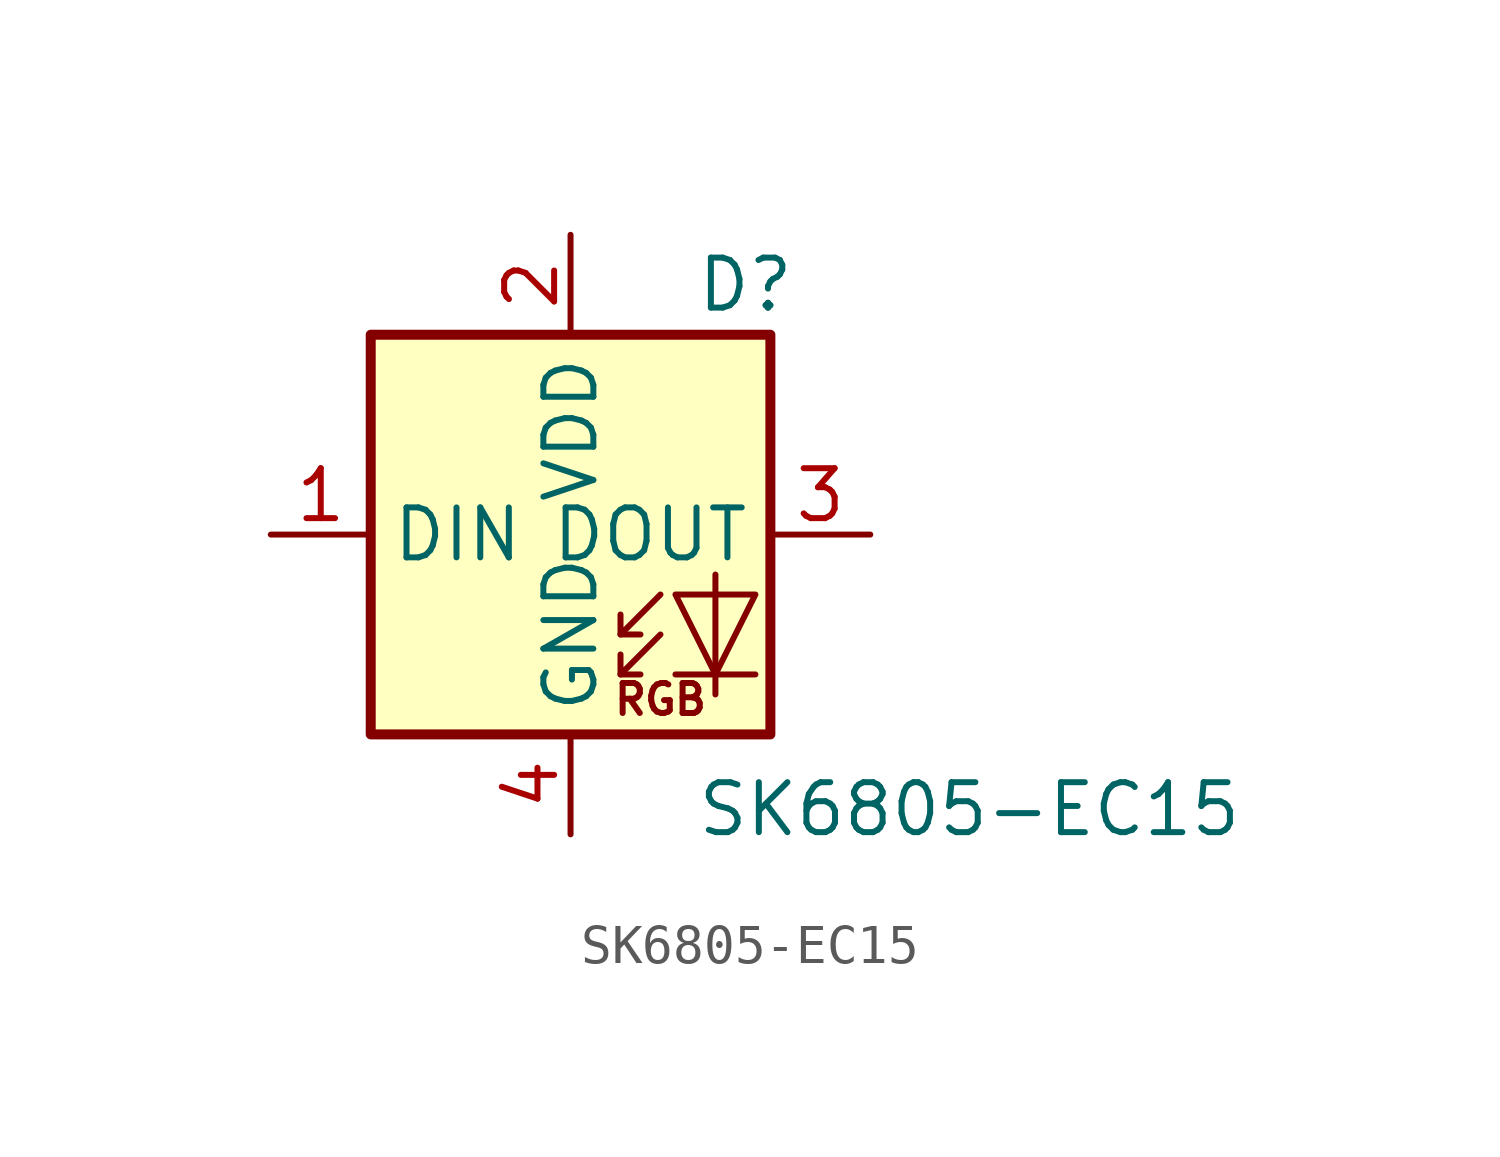
<source format=kicad_sym>
(kicad_symbol_lib
  (version 20220914)
  (generator kicad_symbol_editor)
  (symbol "SK6805-EC15"
    (property "Reference" "D"
      (at 4.445 6.35 0)
      (effects (font (size 1.27 1.27))))
    (property "Value" "SK6805-EC15"
      (at 3.175 -6.985 0)
      (effects (font (size 1.27 1.27)) (justify left)))
    (symbol "SK6805-EC15_0_0"
      (text "RGB" (at 2.286 -4.191 0) (effects (font (size 0.762 0.762)))))
    (symbol "SK6805-EC15_0_1"
      (polyline (pts (xy 1.27 -3.556) (xy 1.778 -3.556)) (stroke (width 0) (type default)) (fill (type none)))
      (polyline (pts (xy 1.27 -2.54) (xy 1.778 -2.54)) (stroke (width 0) (type default)) (fill (type none)))
      (polyline (pts (xy 4.699 -3.556) (xy 2.667 -3.556)) (stroke (width 0) (type default)) (fill (type none)))
      (polyline (pts (xy 2.286 -2.54) (xy 1.27 -3.556) (xy 1.27 -3.048)) (stroke (width 0) (type default)) (fill (type none)))
      (polyline (pts (xy 2.286 -1.524) (xy 1.27 -2.54) (xy 1.27 -2.032)) (stroke (width 0) (type default)) (fill (type none)))
      (polyline (pts (xy 3.683 -1.016) (xy 3.683 -3.556) (xy 3.683 -4.064)) (stroke (width 0) (type default)) (fill (type none)))
      (polyline (pts (xy 4.699 -1.524) (xy 2.667 -1.524) (xy 3.683 -3.556) (xy 4.699 -1.524)) (stroke (width 0) (type default)) (fill (type none)))
      (rectangle (start 5.08 5.08) (end -5.08 -5.08) (stroke (width 0.254) (type default)) (fill (type background))))
    (symbol "SK6805-EC15_1_1"
      (pin input line (at -7.62 0 0) (length 2.54) (name "DIN" (effects (font (size 1.27 1.27)))) (number "1" (effects (font (size 1.27 1.27)))))
      (pin power_in line (at 0 7.62 270) (length 2.54) (name "VDD" (effects (font (size 1.27 1.27)))) (number "2" (effects (font (size 1.27 1.27)))))
      (pin output line (at 7.62 0 180) (length 2.54) (name "DOUT" (effects (font (size 1.27 1.27)))) (number "3" (effects (font (size 1.27 1.27)))))
      (pin power_in line (at 0 -7.62 90) (length 2.54) (name "GND" (effects (font (size 1.27 1.27)))) (number "4" (effects (font (size 1.27 1.27))))))))
</source>
